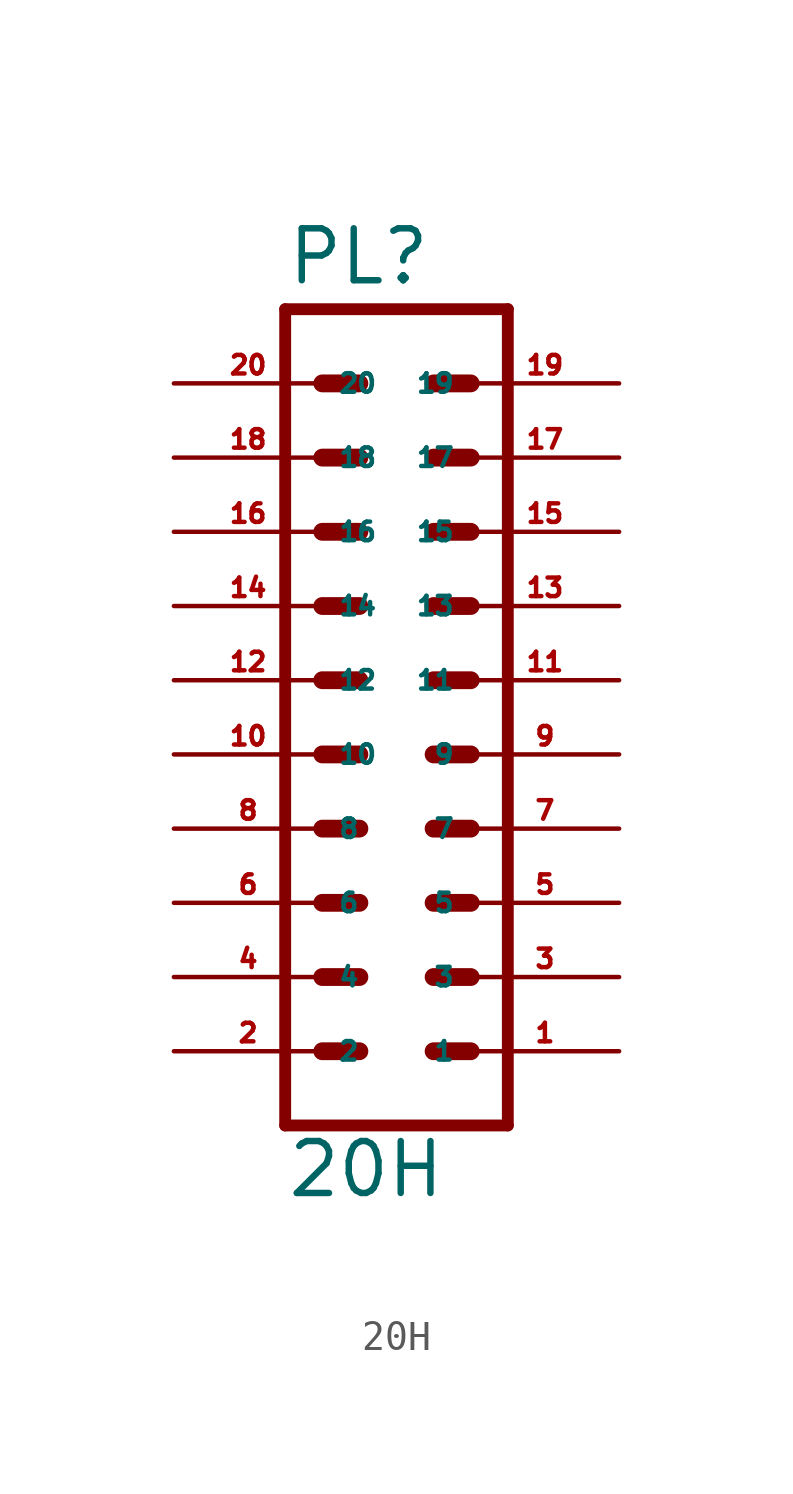
<source format=kicad_sym>
(kicad_symbol_lib
  (version 20220914)
  (generator Eagle2Kicad)
  (symbol "20H"
    (property "Reference" "PL"
      (at -3.81 13.462 0)
      (effects (font (size 1.778 1.778) (thickness 0.22)) (justify left bottom)))
    (property "Value" "20H"
      (at -3.81 -17.78 0)
      (effects (font (size 1.778 1.778) (thickness 0.22)) (justify left bottom)))
    (polyline
      (pts (xy 3.81 -15.24) (xy -3.81 -15.24))
      (stroke (width 0.406) (type default))
      (fill (type none)))
    (polyline
      (pts (xy -3.81 12.7) (xy -3.81 -15.24))
      (stroke (width 0.406) (type default))
      (fill (type none)))
    (polyline
      (pts (xy -3.81 12.7) (xy 3.81 12.7))
      (stroke (width 0.406) (type default))
      (fill (type none)))
    (polyline
      (pts (xy 3.81 -15.24) (xy 3.81 12.7))
      (stroke (width 0.406) (type default))
      (fill (type none)))
    (polyline
      (pts (xy 1.27 10.16) (xy 2.54 10.16))
      (stroke (width 0.61) (type default))
      (fill (type none)))
    (polyline
      (pts (xy 1.27 7.62) (xy 2.54 7.62))
      (stroke (width 0.61) (type default))
      (fill (type none)))
    (polyline
      (pts (xy 1.27 5.08) (xy 2.54 5.08))
      (stroke (width 0.61) (type default))
      (fill (type none)))
    (polyline
      (pts (xy 1.27 2.54) (xy 2.54 2.54))
      (stroke (width 0.61) (type default))
      (fill (type none)))
    (polyline
      (pts (xy 1.27 0) (xy 2.54 0))
      (stroke (width 0.61) (type default))
      (fill (type none)))
    (polyline
      (pts (xy 1.27 -2.54) (xy 2.54 -2.54))
      (stroke (width 0.61) (type default))
      (fill (type none)))
    (polyline
      (pts (xy 1.27 -5.08) (xy 2.54 -5.08))
      (stroke (width 0.61) (type default))
      (fill (type none)))
    (polyline
      (pts (xy 1.27 -7.62) (xy 2.54 -7.62))
      (stroke (width 0.61) (type default))
      (fill (type none)))
    (polyline
      (pts (xy 1.27 -10.16) (xy 2.54 -10.16))
      (stroke (width 0.61) (type default))
      (fill (type none)))
    (polyline
      (pts (xy 1.27 -12.7) (xy 2.54 -12.7))
      (stroke (width 0.61) (type default))
      (fill (type none)))
    (polyline
      (pts (xy -2.54 10.16) (xy -1.27 10.16))
      (stroke (width 0.61) (type default))
      (fill (type none)))
    (polyline
      (pts (xy -2.54 7.62) (xy -1.27 7.62))
      (stroke (width 0.61) (type default))
      (fill (type none)))
    (polyline
      (pts (xy -2.54 5.08) (xy -1.27 5.08))
      (stroke (width 0.61) (type default))
      (fill (type none)))
    (polyline
      (pts (xy -2.54 2.54) (xy -1.27 2.54))
      (stroke (width 0.61) (type default))
      (fill (type none)))
    (polyline
      (pts (xy -2.54 0) (xy -1.27 0))
      (stroke (width 0.61) (type default))
      (fill (type none)))
    (polyline
      (pts (xy -2.54 -2.54) (xy -1.27 -2.54))
      (stroke (width 0.61) (type default))
      (fill (type none)))
    (polyline
      (pts (xy -2.54 -5.08) (xy -1.27 -5.08))
      (stroke (width 0.61) (type default))
      (fill (type none)))
    (polyline
      (pts (xy -2.54 -7.62) (xy -1.27 -7.62))
      (stroke (width 0.61) (type default))
      (fill (type none)))
    (polyline
      (pts (xy -2.54 -10.16) (xy -1.27 -10.16))
      (stroke (width 0.61) (type default))
      (fill (type none)))
    (polyline
      (pts (xy -2.54 -12.7) (xy -1.27 -12.7))
      (stroke (width 0.61) (type default))
      (fill (type none)))
    (pin passive line
      (at 7.62 -12.7 180)
      (length 5.08)
      (name "1" (effects (font (size 0.635 0.635) (thickness 0.08)) (justify left bottom)))
      (number "1" (effects (font (size 0.635 0.635) (thickness 0.08)) (justify left bottom))))
    (pin passive line
      (at -7.62 -12.7 0)
      (length 5.08)
      (name "2" (effects (font (size 0.635 0.635) (thickness 0.08)) (justify left bottom)))
      (number "2" (effects (font (size 0.635 0.635) (thickness 0.08)) (justify left bottom))))
    (pin passive line
      (at 7.62 -10.16 180)
      (length 5.08)
      (name "3" (effects (font (size 0.635 0.635) (thickness 0.08)) (justify left bottom)))
      (number "3" (effects (font (size 0.635 0.635) (thickness 0.08)) (justify left bottom))))
    (pin passive line
      (at -7.62 -10.16 0)
      (length 5.08)
      (name "4" (effects (font (size 0.635 0.635) (thickness 0.08)) (justify left bottom)))
      (number "4" (effects (font (size 0.635 0.635) (thickness 0.08)) (justify left bottom))))
    (pin passive line
      (at 7.62 -7.62 180)
      (length 5.08)
      (name "5" (effects (font (size 0.635 0.635) (thickness 0.08)) (justify left bottom)))
      (number "5" (effects (font (size 0.635 0.635) (thickness 0.08)) (justify left bottom))))
    (pin passive line
      (at -7.62 -7.62 0)
      (length 5.08)
      (name "6" (effects (font (size 0.635 0.635) (thickness 0.08)) (justify left bottom)))
      (number "6" (effects (font (size 0.635 0.635) (thickness 0.08)) (justify left bottom))))
    (pin passive line
      (at 7.62 -5.08 180)
      (length 5.08)
      (name "7" (effects (font (size 0.635 0.635) (thickness 0.08)) (justify left bottom)))
      (number "7" (effects (font (size 0.635 0.635) (thickness 0.08)) (justify left bottom))))
    (pin passive line
      (at -7.62 -5.08 0)
      (length 5.08)
      (name "8" (effects (font (size 0.635 0.635) (thickness 0.08)) (justify left bottom)))
      (number "8" (effects (font (size 0.635 0.635) (thickness 0.08)) (justify left bottom))))
    (pin passive line
      (at 7.62 -2.54 180)
      (length 5.08)
      (name "9" (effects (font (size 0.635 0.635) (thickness 0.08)) (justify left bottom)))
      (number "9" (effects (font (size 0.635 0.635) (thickness 0.08)) (justify left bottom))))
    (pin passive line
      (at -7.62 -2.54 0)
      (length 5.08)
      (name "10" (effects (font (size 0.635 0.635) (thickness 0.08)) (justify left bottom)))
      (number "10" (effects (font (size 0.635 0.635) (thickness 0.08)) (justify left bottom))))
    (pin passive line
      (at 7.62 0 180)
      (length 5.08)
      (name "11" (effects (font (size 0.635 0.635) (thickness 0.08)) (justify left bottom)))
      (number "11" (effects (font (size 0.635 0.635) (thickness 0.08)) (justify left bottom))))
    (pin passive line
      (at -7.62 0 0)
      (length 5.08)
      (name "12" (effects (font (size 0.635 0.635) (thickness 0.08)) (justify left bottom)))
      (number "12" (effects (font (size 0.635 0.635) (thickness 0.08)) (justify left bottom))))
    (pin passive line
      (at 7.62 2.54 180)
      (length 5.08)
      (name "13" (effects (font (size 0.635 0.635) (thickness 0.08)) (justify left bottom)))
      (number "13" (effects (font (size 0.635 0.635) (thickness 0.08)) (justify left bottom))))
    (pin passive line
      (at -7.62 2.54 0)
      (length 5.08)
      (name "14" (effects (font (size 0.635 0.635) (thickness 0.08)) (justify left bottom)))
      (number "14" (effects (font (size 0.635 0.635) (thickness 0.08)) (justify left bottom))))
    (pin passive line
      (at 7.62 5.08 180)
      (length 5.08)
      (name "15" (effects (font (size 0.635 0.635) (thickness 0.08)) (justify left bottom)))
      (number "15" (effects (font (size 0.635 0.635) (thickness 0.08)) (justify left bottom))))
    (pin passive line
      (at -7.62 5.08 0)
      (length 5.08)
      (name "16" (effects (font (size 0.635 0.635) (thickness 0.08)) (justify left bottom)))
      (number "16" (effects (font (size 0.635 0.635) (thickness 0.08)) (justify left bottom))))
    (pin passive line
      (at 7.62 7.62 180)
      (length 5.08)
      (name "17" (effects (font (size 0.635 0.635) (thickness 0.08)) (justify left bottom)))
      (number "17" (effects (font (size 0.635 0.635) (thickness 0.08)) (justify left bottom))))
    (pin passive line
      (at -7.62 7.62 0)
      (length 5.08)
      (name "18" (effects (font (size 0.635 0.635) (thickness 0.08)) (justify left bottom)))
      (number "18" (effects (font (size 0.635 0.635) (thickness 0.08)) (justify left bottom))))
    (pin passive line
      (at 7.62 10.16 180)
      (length 5.08)
      (name "19" (effects (font (size 0.635 0.635) (thickness 0.08)) (justify left bottom)))
      (number "19" (effects (font (size 0.635 0.635) (thickness 0.08)) (justify left bottom))))
    (pin passive line
      (at -7.62 10.16 0)
      (length 5.08)
      (name "20" (effects (font (size 0.635 0.635) (thickness 0.08)) (justify left bottom)))
      (number "20" (effects (font (size 0.635 0.635) (thickness 0.08)) (justify left bottom))))))
</source>
